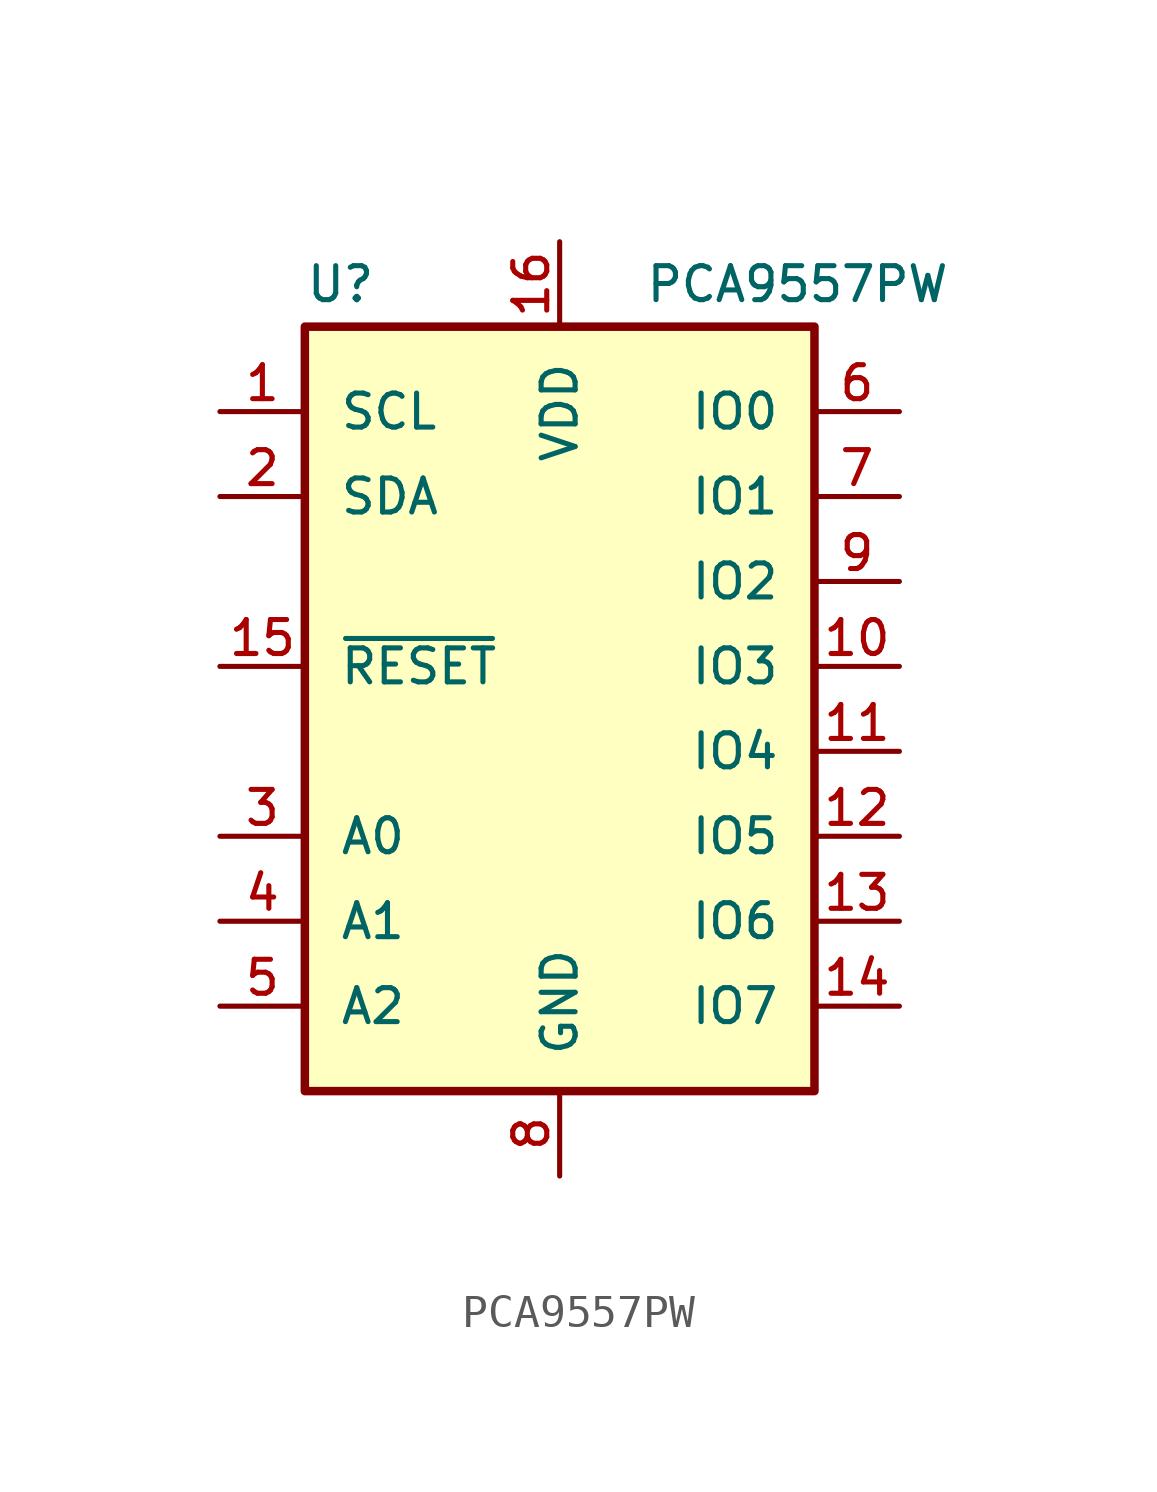
<source format=kicad_sym>
(kicad_symbol_lib
  (version 20211014)
  (generator kicad_symbol_editor)
  (symbol "PCA9557PW"
    (pin_names
      (offset 1.016))
    (property "Reference" "U"
      (at -7.62 11.43 0)
      (effects (font (size 1.016 1.016)) (justify left)))
    (property "Value" "PCA9557PW"
      (at 2.54 11.43 0)
      (effects (font (size 1.016 1.016)) (justify left)))
    (symbol "PCA9557PW_0_1"
      (rectangle (start -7.62 -12.7) (end 7.62 10.16) (stroke (width 0.254) (type default) (color 0 0 0 0)) (fill (type background))))
    (symbol "PCA9557PW_1_1"
      (pin input line (at -10.16 7.62 0) (length 2.54) (name "SCL" (effects (font (size 1.016 1.016)))) (number "1" (effects (font (size 1.016 1.016)))))
      (pin bidirectional line (at 10.16 0 180) (length 2.54) (name "IO3" (effects (font (size 1.016 1.016)))) (number "10" (effects (font (size 1.016 1.016)))))
      (pin bidirectional line (at 10.16 -2.54 180) (length 2.54) (name "IO4" (effects (font (size 1.016 1.016)))) (number "11" (effects (font (size 1.016 1.016)))))
      (pin bidirectional line (at 10.16 -5.08 180) (length 2.54) (name "IO5" (effects (font (size 1.016 1.016)))) (number "12" (effects (font (size 1.016 1.016)))))
      (pin bidirectional line (at 10.16 -7.62 180) (length 2.54) (name "IO6" (effects (font (size 1.016 1.016)))) (number "13" (effects (font (size 1.016 1.016)))))
      (pin bidirectional line (at 10.16 -10.16 180) (length 2.54) (name "IO7" (effects (font (size 1.016 1.016)))) (number "14" (effects (font (size 1.016 1.016)))))
      (pin input line (at -10.16 0 0) (length 2.54) (name "~{RESET}" (effects (font (size 1.016 1.016)))) (number "15" (effects (font (size 1.016 1.016)))))
      (pin power_in line (at 0 12.7 270) (length 2.54) (name "VDD" (effects (font (size 1.016 1.016)))) (number "16" (effects (font (size 1.016 1.016)))))
      (pin bidirectional line (at -10.16 5.08 0) (length 2.54) (name "SDA" (effects (font (size 1.016 1.016)))) (number "2" (effects (font (size 1.016 1.016)))))
      (pin input line (at -10.16 -5.08 0) (length 2.54) (name "A0" (effects (font (size 1.016 1.016)))) (number "3" (effects (font (size 1.016 1.016)))))
      (pin input line (at -10.16 -7.62 0) (length 2.54) (name "A1" (effects (font (size 1.016 1.016)))) (number "4" (effects (font (size 1.016 1.016)))))
      (pin input line (at -10.16 -10.16 0) (length 2.54) (name "A2" (effects (font (size 1.016 1.016)))) (number "5" (effects (font (size 1.016 1.016)))))
      (pin bidirectional line (at 10.16 7.62 180) (length 2.54) (name "IO0" (effects (font (size 1.016 1.016)))) (number "6" (effects (font (size 1.016 1.016)))))
      (pin bidirectional line (at 10.16 5.08 180) (length 2.54) (name "IO1" (effects (font (size 1.016 1.016)))) (number "7" (effects (font (size 1.016 1.016)))))
      (pin power_in line (at 0 -15.24 90) (length 2.54) (name "GND" (effects (font (size 1.016 1.016)))) (number "8" (effects (font (size 1.016 1.016)))))
      (pin bidirectional line (at 10.16 2.54 180) (length 2.54) (name "IO2" (effects (font (size 1.016 1.016)))) (number "9" (effects (font (size 1.016 1.016))))))))
</source>
